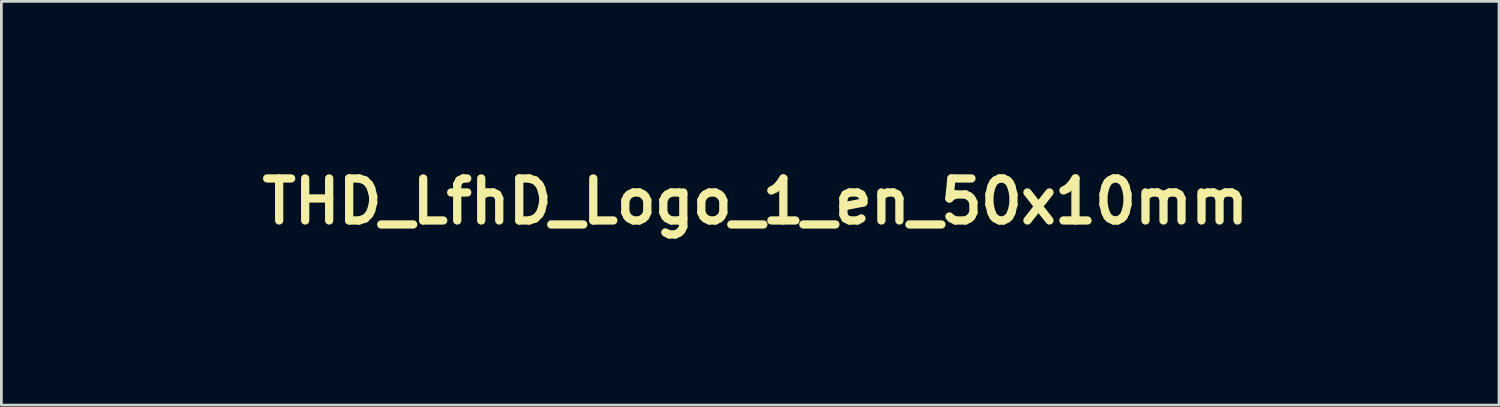
<source format=kicad_pcb>
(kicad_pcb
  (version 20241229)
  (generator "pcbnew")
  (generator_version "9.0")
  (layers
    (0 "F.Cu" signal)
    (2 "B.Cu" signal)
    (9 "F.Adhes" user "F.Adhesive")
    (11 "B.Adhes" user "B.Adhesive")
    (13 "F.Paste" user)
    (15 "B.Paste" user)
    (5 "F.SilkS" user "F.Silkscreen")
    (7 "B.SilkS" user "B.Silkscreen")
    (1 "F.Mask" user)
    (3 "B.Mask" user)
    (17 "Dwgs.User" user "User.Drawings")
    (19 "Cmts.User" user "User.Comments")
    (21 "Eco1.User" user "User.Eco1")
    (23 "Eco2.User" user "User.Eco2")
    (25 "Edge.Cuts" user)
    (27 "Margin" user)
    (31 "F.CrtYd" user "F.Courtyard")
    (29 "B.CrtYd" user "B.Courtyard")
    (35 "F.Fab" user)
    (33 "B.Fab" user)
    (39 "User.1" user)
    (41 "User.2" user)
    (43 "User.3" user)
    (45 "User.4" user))
  (footprint "THD_LfhD_Logo_1_en_50x10mm"
    (layer "F.Cu")
    (at 24.347 4.257)
    (property "Reference" "THD_LfhD_Logo_1_en_50x10mm" (at 0 0 0) (layer "F.SilkS") (effects (font (size 1.524 1.524) (thickness 0.3))))
    (attr through_hole)
    (fp_poly (pts (xy -0.988 3.951) (xy -1.411 3.951) (xy -1.411 2.117) (xy -0.988 2.117) (xy -0.988 3.951)) (stroke (width 0.01) (type solid)) (fill yes) (layer "F.Mask"))
    (fp_poly (pts (xy 7.267 4.304) (xy 4.798 4.304) (xy 4.798 -3.034) (xy 7.267 -3.034) (xy 7.267 4.304)) (stroke (width 0.01) (type solid)) (fill yes) (layer "F.Mask"))
    (fp_poly (pts (xy -6.65 2.13) (xy -6.456 2.152) (xy -6.436 3.052) (xy -6.416 3.951) (xy -6.844 3.951) (xy -6.844 2.107) (xy -6.65 2.13)) (stroke (width 0.01) (type solid)) (fill yes) (layer "F.Mask"))
    (fp_poly (pts (xy 19.174 0.053) (xy 19.192 4.304) (xy 16.791 4.304) (xy 16.809 0.053) (xy 16.828 -4.198) (xy 19.156 -4.198) (xy 19.174 0.053)) (stroke (width 0.01) (type solid)) (fill yes) (layer "F.Mask"))
    (fp_poly (pts (xy -7.973 3.528) (xy -7.056 3.528) (xy -7.056 3.951) (xy -8.4 3.951) (xy -8.381 3.052) (xy -8.361 2.152) (xy -8.167 2.13) (xy -7.973 2.107) (xy -7.973 3.528)) (stroke (width 0.01) (type solid)) (fill yes) (layer "F.Mask"))
    (fp_poly (pts (xy -4.727 0.423) (xy -3.81 0.423) (xy -3.81 0.847) (xy -5.155 0.847) (xy -5.135 -0.053) (xy -5.115 -0.953) (xy -4.921 -0.975) (xy -4.727 -0.997) (xy -4.727 0.423)) (stroke (width 0.01) (type solid)) (fill yes) (layer "F.Mask"))
    (fp_poly (pts (xy -14.605 3.951) (xy -14.777 3.951) (xy -14.92 3.932) (xy -14.977 3.898) (xy -14.988 3.811) (xy -14.995 3.612) (xy -14.999 3.331) (xy -14.999 2.999) (xy -14.993 2.152) (xy -14.799 2.13) (xy -14.605 2.107) (xy -14.605 3.951)) (stroke (width 0.01) (type solid)) (fill yes) (layer "F.Mask"))
    (fp_poly (pts (xy -11.924 3.951) (xy -12.102 3.951) (xy -12.249 3.92) (xy -12.313 3.863) (xy -12.324 3.76) (xy -12.33 3.549) (xy -12.332 3.26) (xy -12.328 2.963) (xy -12.312 2.152) (xy -12.118 2.13) (xy -11.924 2.107) (xy -11.924 3.951)) (stroke (width 0.01) (type solid)) (fill yes) (layer "F.Mask"))
    (fp_poly (pts (xy 16.14 0.053) (xy 16.122 4.339) (xy 15.822 4.361) (xy 15.522 4.383) (xy 15.522 0.427) (xy 13.159 0.388) (xy 13.137 0.053) (xy 13.116 -0.282) (xy 15.522 -0.282) (xy 15.522 -4.233) (xy 16.158 -4.233) (xy 16.14 0.053)) (stroke (width 0.01) (type solid)) (fill yes) (layer "F.Mask"))
    (fp_poly (pts (xy -10.125 2.328) (xy -10.144 2.447) (xy -10.229 2.504) (xy -10.389 2.527) (xy -10.654 2.549) (xy -10.654 3.951) (xy -11.077 3.951) (xy -11.077 2.549) (xy -11.342 2.527) (xy -11.517 2.499) (xy -11.592 2.436) (xy -11.606 2.328) (xy -11.606 2.152) (xy -10.125 2.152) (xy -10.125 2.328)) (stroke (width 0.01) (type solid)) (fill yes) (layer "F.Mask"))
    (fp_poly (pts (xy 12.542 0.58) (xy 12.524 4.198) (xy 11.34 4.217) (xy 10.88 4.222) (xy 10.544 4.219) (xy 10.317 4.207) (xy 10.183 4.186) (xy 10.126 4.153) (xy 10.122 4.147) (xy 10.116 4.06) (xy 10.111 3.847) (xy 10.107 3.52) (xy 10.104 3.093) (xy 10.102 2.58) (xy 10.102 1.996) (xy 10.103 1.353) (xy 10.106 0.666) (xy 10.106 0.529) (xy 10.125 -2.999) (xy 11.342 -3.018) (xy 12.56 -3.037) (xy 12.542 0.58)) (stroke (width 0.01) (type solid)) (fill yes) (layer "F.Mask"))
    (fp_poly (pts (xy 12.559 -3.528) (xy 8.468 -3.528) (xy 8.45 0.37) (xy 8.431 4.269) (xy 8.147 4.29) (xy 7.955 4.291) (xy 7.828 4.27) (xy 7.811 4.26) (xy 7.802 4.182) (xy 7.793 3.976) (xy 7.785 3.655) (xy 7.778 3.231) (xy 7.772 2.718) (xy 7.767 2.129) (xy 7.763 1.477) (xy 7.761 0.775) (xy 7.761 0.341) (xy 7.761 -3.528) (xy 3.669 -3.528) (xy 3.669 -4.233) (xy 12.559 -4.233) (xy 12.559 -3.528)) (stroke (width 0.01) (type solid)) (fill yes) (layer "F.Mask"))
    (fp_poly (pts (xy -0.494 -0.78) (xy -0.509 -0.643) (xy -0.58 -0.578) (xy -0.75 -0.552) (xy -0.758 -0.551) (xy -1.023 -0.529) (xy -1.033 0.141) (xy -1.038 0.452) (xy -1.05 0.649) (xy -1.075 0.759) (xy -1.121 0.81) (xy -1.196 0.83) (xy -1.227 0.834) (xy -1.411 0.856) (xy -1.411 -0.564) (xy -1.693 -0.564) (xy -1.874 -0.573) (xy -1.955 -0.618) (xy -1.975 -0.731) (xy -1.976 -0.776) (xy -1.976 -0.988) (xy -0.494 -0.988) (xy -0.494 -0.78)) (stroke (width 0.01) (type solid)) (fill yes) (layer "F.Mask"))
    (fp_poly (pts (xy -8.396 -3.744) (xy -8.411 -3.606) (xy -8.482 -3.542) (xy -8.652 -3.515) (xy -8.661 -3.514) (xy -8.925 -3.493) (xy -8.945 -2.805) (xy -8.956 -2.489) (xy -8.97 -2.289) (xy -8.996 -2.177) (xy -9.04 -2.129) (xy -9.109 -2.117) (xy -9.139 -2.117) (xy -9.218 -2.121) (xy -9.269 -2.152) (xy -9.297 -2.235) (xy -9.31 -2.396) (xy -9.313 -2.66) (xy -9.313 -2.822) (xy -9.313 -3.528) (xy -9.596 -3.528) (xy -9.777 -3.536) (xy -9.857 -3.581) (xy -9.877 -3.694) (xy -9.878 -3.739) (xy -9.878 -3.951) (xy -8.396 -3.951) (xy -8.396 -3.744)) (stroke (width 0.01) (type solid)) (fill yes) (layer "F.Mask"))
    (fp_poly (pts (xy -1.482 2.324) (xy -1.496 2.462) (xy -1.568 2.526) (xy -1.737 2.553) (xy -1.746 2.553) (xy -2.011 2.575) (xy -2.031 3.263) (xy -2.042 3.579) (xy -2.056 3.779) (xy -2.081 3.89) (xy -2.125 3.939) (xy -2.195 3.951) (xy -2.225 3.951) (xy -2.304 3.947) (xy -2.354 3.916) (xy -2.383 3.833) (xy -2.395 3.672) (xy -2.399 3.407) (xy -2.399 3.246) (xy -2.399 2.54) (xy -2.681 2.54) (xy -2.862 2.532) (xy -2.943 2.486) (xy -2.963 2.374) (xy -2.963 2.328) (xy -2.963 2.117) (xy -1.482 2.117) (xy -1.482 2.324)) (stroke (width 0.01) (type solid)) (fill yes) (layer "F.Mask"))
    (fp_poly (pts (xy -24.005 -0.98) (xy -23.942 -0.933) (xy -23.921 -0.809) (xy -23.918 -0.635) (xy -23.918 -0.282) (xy -23.213 -0.282) (xy -23.213 -0.635) (xy -23.207 -0.844) (xy -23.178 -0.949) (xy -23.107 -0.984) (xy -23.036 -0.988) (xy -22.86 -0.988) (xy -22.86 0.847) (xy -23.036 0.847) (xy -23.141 0.835) (xy -23.193 0.777) (xy -23.211 0.635) (xy -23.213 0.494) (xy -23.213 0.141) (xy -23.918 0.141) (xy -23.918 0.494) (xy -23.923 0.703) (xy -23.951 0.807) (xy -24.025 0.843) (xy -24.13 0.847) (xy -24.342 0.847) (xy -24.342 -0.988) (xy -24.13 -0.988) (xy -24.005 -0.98)) (stroke (width 0.01) (type solid)) (fill yes) (layer "F.Mask"))
    (fp_poly (pts (xy 0.988 -0.564) (xy 0.494 -0.564) (xy 0.234 -0.561) (xy 0.086 -0.543) (xy 0.018 -0.504) (xy 0.000138 -0.435) (xy 0 -0.423) (xy 0.014 -0.347) (xy 0.078 -0.304) (xy 0.222 -0.286) (xy 0.459 -0.282) (xy 0.917 -0.282) (xy 0.917 0.141) (xy 0.459 0.141) (xy 0.21 0.146) (xy 0.072 0.165) (xy 0.012 0.209) (xy 0 0.282) (xy 0.012 0.354) (xy 0.069 0.397) (xy 0.2 0.417) (xy 0.434 0.423) (xy 0.529 0.423) (xy 1.058 0.423) (xy 1.058 0.847) (xy -0.423 0.847) (xy -0.423 -0.988) (xy 0.988 -0.988) (xy 0.988 -0.564)) (stroke (width 0.01) (type solid)) (fill yes) (layer "F.Mask"))
    (fp_poly (pts (xy -18.292 -0.986) (xy -17.992 -0.973) (xy -17.761 -0.942) (xy -17.636 -0.897) (xy -17.415 -0.648) (xy -17.303 -0.326) (xy -17.286 -0.093) (xy -17.317 0.277) (xy -17.42 0.543) (xy -17.609 0.718) (xy -17.9 0.815) (xy -18.306 0.847) (xy -18.341 0.847) (xy -18.838 0.847) (xy -18.838 -0.564) (xy -18.415 -0.564) (xy -18.415 0.423) (xy -18.156 0.423) (xy -17.946 0.392) (xy -17.779 0.316) (xy -17.768 0.307) (xy -17.669 0.135) (xy -17.642 -0.096) (xy -17.687 -0.321) (xy -17.756 -0.435) (xy -17.937 -0.538) (xy -18.144 -0.564) (xy -18.415 -0.564) (xy -18.838 -0.564) (xy -18.838 -0.988) (xy -18.292 -0.986)) (stroke (width 0.01) (type solid)) (fill yes) (layer "F.Mask"))
    (fp_poly (pts (xy -0.93 -3.757) (xy -0.951 -3.651) (xy -1.005 -3.59) (xy -1.127 -3.56) (xy -1.351 -3.544) (xy -1.393 -3.542) (xy -1.637 -3.525) (xy -1.771 -3.495) (xy -1.826 -3.442) (xy -1.834 -3.383) (xy -1.817 -3.304) (xy -1.741 -3.262) (xy -1.574 -3.247) (xy -1.446 -3.246) (xy -1.225 -3.242) (xy -1.109 -3.219) (xy -1.065 -3.157) (xy -1.058 -3.037) (xy -1.058 -3.034) (xy -1.065 -2.913) (xy -1.108 -2.85) (xy -1.221 -2.826) (xy -1.44 -2.822) (xy -1.834 -2.822) (xy -1.834 -2.469) (xy -1.839 -2.261) (xy -1.868 -2.156) (xy -1.942 -2.121) (xy -2.046 -2.117) (xy -2.258 -2.117) (xy -2.258 -3.951) (xy -0.908 -3.951) (xy -0.93 -3.757)) (stroke (width 0.01) (type solid)) (fill yes) (layer "F.Mask"))
    (fp_poly (pts (xy -9.666 -0.571) (xy -10.178 -0.55) (xy -10.454 -0.532) (xy -10.614 -0.502) (xy -10.682 -0.455) (xy -10.689 -0.423) (xy -10.655 -0.363) (xy -10.537 -0.324) (xy -10.31 -0.302) (xy -10.213 -0.297) (xy -9.961 -0.283) (xy -9.818 -0.261) (xy -9.754 -0.215) (xy -9.737 -0.13) (xy -9.737 -0.071) (xy -9.742 0.038) (xy -9.78 0.101) (xy -9.881 0.133) (xy -10.076 0.149) (xy -10.213 0.156) (xy -10.479 0.175) (xy -10.628 0.208) (xy -10.686 0.26) (xy -10.689 0.282) (xy -10.657 0.341) (xy -10.545 0.378) (xy -10.328 0.401) (xy -10.178 0.409) (xy -9.666 0.43) (xy -9.666 0.847) (xy -11.077 0.847) (xy -11.077 -0.988) (xy -9.666 -0.988) (xy -9.666 -0.571)) (stroke (width 0.01) (type solid)) (fill yes) (layer "F.Mask"))
    (fp_poly (pts (xy -5.433 -0.571) (xy -5.944 -0.55) (xy -6.221 -0.532) (xy -6.381 -0.502) (xy -6.449 -0.455) (xy -6.456 -0.423) (xy -6.417 -0.36) (xy -6.287 -0.316) (xy -6.041 -0.286) (xy -5.997 -0.282) (xy -5.75 -0.259) (xy -5.61 -0.228) (xy -5.544 -0.174) (xy -5.519 -0.079) (xy -5.517 -0.056) (xy -5.511 0.045) (xy -5.543 0.103) (xy -5.641 0.134) (xy -5.837 0.149) (xy -5.975 0.155) (xy -6.243 0.175) (xy -6.393 0.207) (xy -6.452 0.259) (xy -6.456 0.282) (xy -6.424 0.341) (xy -6.312 0.378) (xy -6.094 0.401) (xy -5.944 0.409) (xy -5.433 0.43) (xy -5.433 0.847) (xy -6.844 0.847) (xy -6.844 -0.988) (xy -5.433 -0.988) (xy -5.433 -0.571)) (stroke (width 0.01) (type solid)) (fill yes) (layer "F.Mask"))
    (fp_poly (pts (xy 2.116 -0.983) (xy 2.306 -0.961) (xy 2.437 -0.913) (xy 2.548 -0.831) (xy 2.56 -0.819) (xy 2.75 -0.554) (xy 2.843 -0.227) (xy 2.839 0.118) (xy 2.737 0.44) (xy 2.56 0.678) (xy 2.449 0.765) (xy 2.323 0.816) (xy 2.14 0.84) (xy 1.862 0.847) (xy 1.824 0.847) (xy 1.27 0.847) (xy 1.27 -0.564) (xy 1.693 -0.564) (xy 1.693 0.423) (xy 1.971 0.423) (xy 2.189 0.395) (xy 2.348 0.322) (xy 2.359 0.312) (xy 2.434 0.167) (xy 2.469 -0.044) (xy 2.469 -0.071) (xy 2.427 -0.335) (xy 2.291 -0.495) (xy 2.054 -0.561) (xy 1.971 -0.564) (xy 1.693 -0.564) (xy 1.27 -0.564) (xy 1.27 -0.988) (xy 1.824 -0.988) (xy 2.116 -0.983)) (stroke (width 0.01) (type solid)) (fill yes) (layer "F.Mask"))
    (fp_poly (pts (xy -15.81 2.144) (xy -15.674 2.191) (xy -15.572 2.259) (xy -15.387 2.487) (xy -15.285 2.789) (xy -15.267 3.122) (xy -15.335 3.445) (xy -15.49 3.716) (xy -15.525 3.753) (xy -15.636 3.853) (xy -15.749 3.912) (xy -15.904 3.941) (xy -16.141 3.951) (xy -16.282 3.951) (xy -16.841 3.951) (xy -16.834 3.052) (xy -16.83 2.54) (xy -16.439 2.54) (xy -16.439 3.528) (xy -16.136 3.528) (xy -15.928 3.509) (xy -15.776 3.463) (xy -15.748 3.443) (xy -15.697 3.325) (xy -15.667 3.127) (xy -15.663 3.034) (xy -15.686 2.772) (xy -15.772 2.62) (xy -15.946 2.552) (xy -16.136 2.54) (xy -16.439 2.54) (xy -16.83 2.54) (xy -16.828 2.152) (xy -16.294 2.132) (xy -16.003 2.127) (xy -15.81 2.144)) (stroke (width 0.01) (type solid)) (fill yes) (layer "F.Mask"))
    (fp_poly (pts (xy 0.483 2.169) (xy 0.699 2.298) (xy 0.912 2.565) (xy 1.016 2.896) (xy 1.002 3.256) (xy 0.989 3.311) (xy 0.84 3.627) (xy 0.597 3.84) (xy 0.272 3.943) (xy 0.137 3.951) (xy -0.115 3.931) (xy -0.299 3.856) (xy -0.429 3.755) (xy -0.625 3.492) (xy -0.719 3.172) (xy -0.713 2.965) (xy -0.354 2.965) (xy -0.326 3.211) (xy -0.243 3.371) (xy -0.079 3.494) (xy 0.141 3.53) (xy 0.366 3.476) (xy 0.494 3.387) (xy 0.624 3.174) (xy 0.637 2.947) (xy 0.549 2.741) (xy 0.375 2.594) (xy 0.141 2.54) (xy -0.106 2.598) (xy -0.276 2.751) (xy -0.354 2.965) (xy -0.713 2.965) (xy -0.71 2.836) (xy -0.597 2.523) (xy -0.428 2.312) (xy -0.152 2.153) (xy 0.167 2.105) (xy 0.483 2.169)) (stroke (width 0.01) (type solid)) (fill yes) (layer "F.Mask"))
    (fp_poly (pts (xy 2.752 3.951) (xy 2.558 3.95) (xy 2.454 3.934) (xy 2.359 3.871) (xy 2.251 3.737) (xy 2.108 3.509) (xy 2.046 3.403) (xy 1.729 2.857) (xy 1.708 3.404) (xy 1.695 3.679) (xy 1.676 3.842) (xy 1.639 3.922) (xy 1.576 3.949) (xy 1.514 3.951) (xy 1.381 3.933) (xy 1.336 3.898) (xy 1.335 3.811) (xy 1.334 3.612) (xy 1.333 3.331) (xy 1.333 2.999) (xy 1.333 2.152) (xy 1.523 2.152) (xy 1.635 2.172) (xy 1.74 2.248) (xy 1.862 2.406) (xy 1.991 2.611) (xy 2.167 2.897) (xy 2.283 3.064) (xy 2.352 3.112) (xy 2.386 3.043) (xy 2.398 2.859) (xy 2.399 2.66) (xy 2.401 2.386) (xy 2.413 2.225) (xy 2.446 2.145) (xy 2.508 2.119) (xy 2.575 2.117) (xy 2.752 2.117) (xy 2.752 3.951)) (stroke (width 0.01) (type solid)) (fill yes) (layer "F.Mask"))
    (fp_poly (pts (xy -14.144 -3.894) (xy -13.871 -3.727) (xy -13.693 -3.461) (xy -13.619 -3.104) (xy -13.617 -3.034) (xy -13.673 -2.662) (xy -13.833 -2.38) (xy -14.091 -2.195) (xy -14.436 -2.118) (xy -14.504 -2.117) (xy -14.735 -2.135) (xy -14.905 -2.211) (xy -15.065 -2.351) (xy -15.287 -2.658) (xy -15.374 -2.986) (xy -15.371 -3.009) (xy -14.955 -3.009) (xy -14.91 -2.783) (xy -14.841 -2.669) (xy -14.658 -2.562) (xy -14.428 -2.552) (xy -14.204 -2.638) (xy -14.133 -2.693) (xy -13.998 -2.9) (xy -13.979 -3.122) (xy -14.063 -3.324) (xy -14.234 -3.472) (xy -14.476 -3.528) (xy -14.678 -3.492) (xy -14.829 -3.411) (xy -14.927 -3.239) (xy -14.955 -3.009) (xy -15.371 -3.009) (xy -15.326 -3.317) (xy -15.143 -3.632) (xy -15.067 -3.715) (xy -14.888 -3.869) (xy -14.716 -3.937) (xy -14.504 -3.951) (xy -14.144 -3.894)) (stroke (width 0.01) (type solid)) (fill yes) (layer "F.Mask"))
    (fp_poly (pts (xy 0.604 -3.839) (xy 0.699 -3.77) (xy 0.912 -3.503) (xy 1.016 -3.172) (xy 1.002 -2.812) (xy 0.989 -2.757) (xy 0.84 -2.441) (xy 0.597 -2.227) (xy 0.272 -2.125) (xy 0.137 -2.117) (xy -0.115 -2.136) (xy -0.299 -2.212) (xy -0.426 -2.311) (xy -0.625 -2.576) (xy -0.732 -2.905) (xy -0.732 -3.081) (xy -0.353 -3.081) (xy -0.304 -2.799) (xy -0.158 -2.618) (xy 0.081 -2.542) (xy 0.141 -2.54) (xy 0.364 -2.569) (xy 0.505 -2.67) (xy 0.525 -2.697) (xy 0.622 -2.924) (xy 0.626 -3.161) (xy 0.542 -3.358) (xy 0.478 -3.418) (xy 0.241 -3.518) (xy 0.005 -3.513) (xy -0.195 -3.415) (xy -0.324 -3.239) (xy -0.353 -3.081) (xy -0.732 -3.081) (xy -0.732 -3.245) (xy -0.703 -3.358) (xy -0.543 -3.642) (xy -0.299 -3.842) (xy -0.004 -3.948) (xy 0.308 -3.95) (xy 0.604 -3.839)) (stroke (width 0.01) (type solid)) (fill yes) (layer "F.Mask"))
    (fp_poly (pts (xy -4.416 -3.936) (xy -4.314 -3.867) (xy -4.216 -3.711) (xy -4.178 -3.634) (xy -4.077 -3.451) (xy -3.99 -3.336) (xy -3.957 -3.316) (xy -3.888 -3.373) (xy -3.784 -3.517) (xy -3.726 -3.616) (xy -3.587 -3.823) (xy -3.445 -3.921) (xy -3.368 -3.938) (xy -3.229 -3.932) (xy -3.175 -3.888) (xy -3.211 -3.797) (xy -3.304 -3.623) (xy -3.437 -3.402) (xy -3.457 -3.372) (xy -3.609 -3.116) (xy -3.695 -2.916) (xy -3.732 -2.718) (xy -3.739 -2.522) (xy -3.742 -2.294) (xy -3.764 -2.173) (xy -3.821 -2.125) (xy -3.932 -2.117) (xy -3.951 -2.117) (xy -4.07 -2.123) (xy -4.133 -2.163) (xy -4.158 -2.273) (xy -4.163 -2.485) (xy -4.163 -2.522) (xy -4.172 -2.743) (xy -4.209 -2.922) (xy -4.292 -3.107) (xy -4.439 -3.348) (xy -4.48 -3.411) (xy -4.627 -3.637) (xy -4.738 -3.814) (xy -4.794 -3.912) (xy -4.798 -3.922) (xy -4.736 -3.942) (xy -4.585 -3.951) (xy -4.565 -3.951) (xy -4.416 -3.936)) (stroke (width 0.01) (type solid)) (fill yes) (layer "F.Mask"))
    (fp_poly (pts (xy -7.3 -3.934) (xy -7.125 -3.865) (xy -6.935 -3.713) (xy -6.931 -3.709) (xy -6.785 -3.566) (xy -6.706 -3.442) (xy -6.675 -3.285) (xy -6.67 -3.041) (xy -6.67 -3.031) (xy -6.678 -2.783) (xy -6.711 -2.623) (xy -6.79 -2.497) (xy -6.934 -2.356) (xy -7.123 -2.204) (xy -7.299 -2.134) (xy -7.535 -2.117) (xy -7.541 -2.117) (xy -7.787 -2.135) (xy -7.963 -2.206) (xy -8.102 -2.318) (xy -8.287 -2.542) (xy -8.378 -2.801) (xy -8.383 -3.034) (xy -8.043 -3.034) (xy -7.984 -2.796) (xy -7.829 -2.629) (xy -7.614 -2.548) (xy -7.372 -2.57) (xy -7.212 -2.65) (xy -7.091 -2.795) (xy -7.056 -3.015) (xy -7.107 -3.286) (xy -7.255 -3.46) (xy -7.495 -3.527) (xy -7.525 -3.528) (xy -7.781 -3.468) (xy -7.962 -3.308) (xy -8.042 -3.073) (xy -8.043 -3.034) (xy -8.383 -3.034) (xy -8.386 -3.134) (xy -8.376 -3.231) (xy -8.28 -3.558) (xy -8.08 -3.792) (xy -7.788 -3.924) (xy -7.533 -3.951) (xy -7.3 -3.934)) (stroke (width 0.01) (type solid)) (fill yes) (layer "F.Mask"))
    (fp_poly (pts (xy -19.752 -0.979) (xy -19.512 -0.944) (xy -19.354 -0.874) (xy -19.25 -0.756) (xy -19.194 -0.643) (xy -19.157 -0.418) (xy -19.211 -0.208) (xy -19.338 -0.058) (xy -19.452 -0.013) (xy -19.529 0.006) (xy -19.545 0.051) (xy -19.493 0.15) (xy -19.364 0.327) (xy -19.328 0.375) (xy -19.186 0.57) (xy -19.085 0.722) (xy -19.05 0.794) (xy -19.111 0.831) (xy -19.259 0.847) (xy -19.26 0.847) (xy -19.455 0.8) (xy -19.591 0.653) (xy -19.796 0.365) (xy -19.983 0.191) (xy -20.121 0.141) (xy -20.199 0.164) (xy -20.237 0.255) (xy -20.249 0.447) (xy -20.249 0.494) (xy -20.254 0.703) (xy -20.283 0.807) (xy -20.357 0.843) (xy -20.461 0.847) (xy -20.673 0.847) (xy -20.673 -0.391) (xy -20.303 -0.391) (xy -20.286 -0.355) (xy -20.189 -0.303) (xy -20.019 -0.288) (xy -19.827 -0.303) (xy -19.665 -0.345) (xy -19.582 -0.409) (xy -19.579 -0.423) (xy -19.632 -0.5) (xy -19.801 -0.543) (xy -19.889 -0.551) (xy -20.135 -0.545) (xy -20.278 -0.489) (xy -20.303 -0.391) (xy -20.673 -0.391) (xy -20.673 -0.988) (xy -20.104 -0.988) (xy -19.752 -0.979)) (stroke (width 0.01) (type solid)) (fill yes) (layer "F.Mask"))
    (fp_poly (pts (xy -13.182 2.132) (xy -13.019 2.195) (xy -12.857 2.334) (xy -12.848 2.343) (xy -12.715 2.485) (xy -12.671 2.571) (xy -12.706 2.645) (xy -12.768 2.71) (xy -12.87 2.801) (xy -12.946 2.802) (xy -13.058 2.709) (xy -13.073 2.695) (xy -13.294 2.566) (xy -13.529 2.546) (xy -13.744 2.622) (xy -13.902 2.782) (xy -13.97 3.012) (xy -13.97 3.031) (xy -13.908 3.271) (xy -13.736 3.44) (xy -13.469 3.522) (xy -13.361 3.528) (xy -13.156 3.511) (xy -13.04 3.472) (xy -13.026 3.425) (xy -13.13 3.385) (xy -13.21 3.374) (xy -13.372 3.34) (xy -13.434 3.258) (xy -13.441 3.175) (xy -13.43 3.075) (xy -13.376 3.02) (xy -13.245 2.992) (xy -13.031 2.977) (xy -12.621 2.956) (xy -12.643 3.292) (xy -12.671 3.514) (xy -12.74 3.654) (xy -12.881 3.774) (xy -12.904 3.79) (xy -13.196 3.918) (xy -13.514 3.951) (xy -13.81 3.89) (xy -13.979 3.79) (xy -14.198 3.549) (xy -14.304 3.271) (xy -14.323 3.035) (xy -14.268 2.661) (xy -14.108 2.38) (xy -13.849 2.197) (xy -13.499 2.119) (xy -13.416 2.117) (xy -13.182 2.132)) (stroke (width 0.01) (type solid)) (fill yes) (layer "F.Mask"))
    (fp_poly (pts (xy -14.026 -0.974) (xy -14.017 -0.973) (xy -13.931 -0.957) (xy -13.859 -0.912) (xy -13.787 -0.818) (xy -13.704 -0.653) (xy -13.594 -0.396) (xy -13.468 -0.08) (xy -13.341 0.244) (xy -13.235 0.517) (xy -13.159 0.716) (xy -13.125 0.814) (xy -13.123 0.819) (xy -13.185 0.839) (xy -13.328 0.847) (xy -13.488 0.817) (xy -13.581 0.7) (xy -13.607 0.635) (xy -13.663 0.508) (xy -13.745 0.446) (xy -13.899 0.425) (xy -14.031 0.423) (xy -14.242 0.43) (xy -14.353 0.463) (xy -14.406 0.546) (xy -14.429 0.635) (xy -14.486 0.787) (xy -14.598 0.842) (xy -14.689 0.847) (xy -14.843 0.823) (xy -14.87 0.758) (xy -14.677 0.232) (xy -14.571 -0.054) (xy -14.155 -0.054) (xy -14.099 -0.004) (xy -14.042 0) (xy -13.922 -0.049) (xy -13.901 -0.123) (xy -13.926 -0.255) (xy -13.983 -0.374) (xy -14.043 -0.429) (xy -14.062 -0.421) (xy -14.098 -0.335) (xy -14.138 -0.194) (xy -14.155 -0.054) (xy -14.571 -0.054) (xy -14.526 -0.177) (xy -14.409 -0.483) (xy -14.319 -0.7) (xy -14.25 -0.844) (xy -14.193 -0.929) (xy -14.141 -0.969) (xy -14.088 -0.979) (xy -14.026 -0.974)) (stroke (width 0.01) (type solid)) (fill yes) (layer "F.Mask"))
    (fp_poly (pts (xy -9.511 2.13) (xy -9.501 2.131) (xy -9.415 2.148) (xy -9.343 2.193) (xy -9.272 2.287) (xy -9.188 2.452) (xy -9.079 2.709) (xy -8.953 3.024) (xy -8.825 3.348) (xy -8.719 3.622) (xy -8.644 3.82) (xy -8.609 3.918) (xy -8.608 3.924) (xy -8.669 3.943) (xy -8.813 3.951) (xy -8.973 3.921) (xy -9.066 3.804) (xy -9.091 3.739) (xy -9.147 3.613) (xy -9.23 3.55) (xy -9.383 3.529) (xy -9.516 3.528) (xy -9.726 3.534) (xy -9.837 3.567) (xy -9.89 3.65) (xy -9.913 3.739) (xy -9.97 3.892) (xy -10.083 3.947) (xy -10.173 3.951) (xy -10.328 3.927) (xy -10.354 3.863) (xy -10.162 3.336) (xy -10.056 3.05) (xy -9.64 3.05) (xy -9.583 3.1) (xy -9.526 3.104) (xy -9.407 3.055) (xy -9.385 2.981) (xy -9.411 2.849) (xy -9.468 2.73) (xy -9.528 2.675) (xy -9.547 2.683) (xy -9.583 2.769) (xy -9.622 2.91) (xy -9.64 3.05) (xy -10.056 3.05) (xy -10.01 2.927) (xy -9.893 2.622) (xy -9.804 2.404) (xy -9.734 2.26) (xy -9.677 2.176) (xy -9.626 2.136) (xy -9.573 2.125) (xy -9.511 2.13)) (stroke (width 0.01) (type solid)) (fill yes) (layer "F.Mask"))
    (fp_poly (pts (xy -2.904 -0.978) (xy -2.866 -0.973) (xy -2.78 -0.957) (xy -2.709 -0.912) (xy -2.639 -0.819) (xy -2.556 -0.656) (xy -2.449 -0.401) (xy -2.319 -0.071) (xy -2.193 0.255) (xy -2.088 0.528) (xy -2.013 0.726) (xy -1.977 0.823) (xy -1.976 0.829) (xy -2.037 0.842) (xy -2.18 0.847) (xy -2.34 0.817) (xy -2.434 0.7) (xy -2.459 0.635) (xy -2.516 0.507) (xy -2.601 0.445) (xy -2.759 0.425) (xy -2.874 0.423) (xy -3.083 0.431) (xy -3.199 0.471) (xy -3.267 0.566) (xy -3.295 0.635) (xy -3.386 0.792) (xy -3.526 0.845) (xy -3.564 0.847) (xy -3.703 0.82) (xy -3.722 0.758) (xy -3.526 0.231) (xy -3.419 -0.054) (xy -3.007 -0.054) (xy -2.951 -0.004) (xy -2.894 0) (xy -2.775 -0.049) (xy -2.753 -0.123) (xy -2.779 -0.255) (xy -2.835 -0.374) (xy -2.895 -0.429) (xy -2.914 -0.421) (xy -2.951 -0.335) (xy -2.99 -0.194) (xy -3.007 -0.054) (xy -3.419 -0.054) (xy -3.373 -0.178) (xy -3.256 -0.485) (xy -3.167 -0.704) (xy -3.1 -0.848) (xy -3.048 -0.934) (xy -3.002 -0.974) (xy -2.957 -0.984) (xy -2.904 -0.978)) (stroke (width 0.01) (type solid)) (fill yes) (layer "F.Mask"))
    (fp_poly (pts (xy -21.779 -0.974) (xy -21.693 -0.957) (xy -21.621 -0.913) (xy -21.549 -0.819) (xy -21.466 -0.656) (xy -21.358 -0.401) (xy -21.229 -0.08) (xy -21.102 0.244) (xy -20.996 0.517) (xy -20.921 0.716) (xy -20.886 0.814) (xy -20.884 0.819) (xy -20.946 0.839) (xy -21.089 0.847) (xy -21.249 0.817) (xy -21.343 0.7) (xy -21.368 0.635) (xy -21.425 0.507) (xy -21.51 0.445) (xy -21.667 0.425) (xy -21.783 0.423) (xy -21.992 0.431) (xy -22.108 0.471) (xy -22.175 0.566) (xy -22.203 0.635) (xy -22.295 0.792) (xy -22.434 0.845) (xy -22.474 0.847) (xy -22.609 0.827) (xy -22.635 0.752) (xy -22.628 0.723) (xy -22.589 0.611) (xy -22.511 0.398) (xy -22.405 0.115) (xy -22.342 -0.054) (xy -21.916 -0.054) (xy -21.86 -0.004) (xy -21.803 0) (xy -21.684 -0.049) (xy -21.662 -0.123) (xy -21.687 -0.255) (xy -21.744 -0.374) (xy -21.804 -0.429) (xy -21.823 -0.421) (xy -21.859 -0.335) (xy -21.899 -0.194) (xy -21.916 -0.054) (xy -22.342 -0.054) (xy -22.287 -0.197) (xy -22.159 -0.532) (xy -22.066 -0.757) (xy -21.994 -0.891) (xy -21.929 -0.958) (xy -21.859 -0.978) (xy -21.779 -0.974)) (stroke (width 0.01) (type solid)) (fill yes) (layer "F.Mask"))
    (fp_poly (pts (xy -16.174 -3.935) (xy -15.908 -3.881) (xy -15.746 -3.782) (xy -15.673 -3.629) (xy -15.663 -3.523) (xy -15.691 -3.322) (xy -15.746 -3.181) (xy -15.79 -3.055) (xy -15.719 -2.938) (xy -15.711 -2.93) (xy -15.609 -2.739) (xy -15.609 -2.51) (xy -15.709 -2.301) (xy -15.747 -2.261) (xy -15.845 -2.189) (xy -15.972 -2.146) (xy -16.164 -2.124) (xy -16.456 -2.117) (xy -16.523 -2.117) (xy -17.145 -2.117) (xy -17.145 -2.656) (xy -16.778 -2.656) (xy -16.759 -2.613) (xy -16.662 -2.563) (xy -16.489 -2.545) (xy -16.287 -2.556) (xy -16.107 -2.592) (xy -15.996 -2.649) (xy -15.981 -2.681) (xy -16.027 -2.753) (xy -16.181 -2.795) (xy -16.326 -2.809) (xy -16.591 -2.804) (xy -16.745 -2.751) (xy -16.778 -2.656) (xy -17.145 -2.656) (xy -17.145 -3.354) (xy -16.776 -3.354) (xy -16.759 -3.319) (xy -16.661 -3.267) (xy -16.491 -3.251) (xy -16.3 -3.267) (xy -16.137 -3.309) (xy -16.054 -3.372) (xy -16.051 -3.387) (xy -16.104 -3.463) (xy -16.274 -3.506) (xy -16.361 -3.515) (xy -16.607 -3.508) (xy -16.75 -3.452) (xy -16.776 -3.354) (xy -17.145 -3.354) (xy -17.145 -3.951) (xy -16.561 -3.951) (xy -16.174 -3.935)) (stroke (width 0.01) (type solid)) (fill yes) (layer "F.Mask"))
    (fp_poly (pts (xy -12.058 -0.979) (xy -11.816 -0.958) (xy -11.662 -0.926) (xy -11.644 -0.919) (xy -11.5 -0.778) (xy -11.424 -0.576) (xy -11.415 -0.356) (xy -11.473 -0.161) (xy -11.6 -0.036) (xy -11.643 -0.02) (xy -11.756 0.021) (xy -11.783 0.043) (xy -11.745 0.11) (xy -11.647 0.257) (xy -11.536 0.414) (xy -11.404 0.604) (xy -11.315 0.746) (xy -11.289 0.802) (xy -11.35 0.834) (xy -11.494 0.847) (xy -11.631 0.823) (xy -11.759 0.732) (xy -11.911 0.55) (xy -11.952 0.494) (xy -12.136 0.272) (xy -12.29 0.155) (xy -12.347 0.141) (xy -12.432 0.16) (xy -12.474 0.238) (xy -12.488 0.412) (xy -12.488 0.494) (xy -12.493 0.703) (xy -12.521 0.807) (xy -12.595 0.843) (xy -12.7 0.847) (xy -12.912 0.847) (xy -12.912 -0.391) (xy -12.542 -0.391) (xy -12.525 -0.355) (xy -12.428 -0.303) (xy -12.258 -0.288) (xy -12.066 -0.303) (xy -11.904 -0.345) (xy -11.821 -0.409) (xy -11.818 -0.423) (xy -11.871 -0.5) (xy -12.04 -0.543) (xy -12.128 -0.551) (xy -12.373 -0.545) (xy -12.517 -0.489) (xy -12.542 -0.391) (xy -12.912 -0.391) (xy -12.912 -0.988) (xy -12.343 -0.988) (xy -12.058 -0.979)) (stroke (width 0.01) (type solid)) (fill yes) (layer "F.Mask"))
    (fp_poly (pts (xy -7.824 -0.979) (xy -7.583 -0.958) (xy -7.429 -0.926) (xy -7.411 -0.919) (xy -7.267 -0.778) (xy -7.191 -0.576) (xy -7.181 -0.356) (xy -7.24 -0.161) (xy -7.366 -0.036) (xy -7.409 -0.02) (xy -7.523 0.021) (xy -7.549 0.043) (xy -7.512 0.11) (xy -7.413 0.257) (xy -7.303 0.414) (xy -7.171 0.604) (xy -7.082 0.746) (xy -7.056 0.802) (xy -7.117 0.834) (xy -7.261 0.847) (xy -7.398 0.823) (xy -7.526 0.732) (xy -7.678 0.55) (xy -7.719 0.494) (xy -7.903 0.272) (xy -8.057 0.155) (xy -8.114 0.141) (xy -8.198 0.16) (xy -8.241 0.238) (xy -8.254 0.412) (xy -8.255 0.494) (xy -8.26 0.703) (xy -8.288 0.807) (xy -8.362 0.843) (xy -8.467 0.847) (xy -8.678 0.847) (xy -8.678 -0.391) (xy -8.309 -0.391) (xy -8.292 -0.355) (xy -8.194 -0.303) (xy -8.025 -0.288) (xy -7.833 -0.303) (xy -7.67 -0.345) (xy -7.587 -0.409) (xy -7.585 -0.423) (xy -7.637 -0.5) (xy -7.807 -0.543) (xy -7.894 -0.551) (xy -8.14 -0.545) (xy -8.283 -0.489) (xy -8.309 -0.391) (xy -8.678 -0.391) (xy -8.678 -0.988) (xy -8.109 -0.988) (xy -7.824 -0.979)) (stroke (width 0.01) (type solid)) (fill yes) (layer "F.Mask"))
    (fp_poly (pts (xy 2.241 -3.942) (xy 2.477 -3.906) (xy 2.628 -3.831) (xy 2.724 -3.704) (xy 2.78 -3.555) (xy 2.789 -3.355) (xy 2.721 -3.155) (xy 2.602 -3.013) (xy 2.539 -2.984) (xy 2.426 -2.941) (xy 2.399 -2.916) (xy 2.438 -2.847) (xy 2.54 -2.703) (xy 2.646 -2.561) (xy 2.805 -2.342) (xy 2.875 -2.208) (xy 2.857 -2.141) (xy 2.754 -2.118) (xy 2.699 -2.117) (xy 2.557 -2.147) (xy 2.417 -2.256) (xy 2.257 -2.452) (xy 2.087 -2.649) (xy 1.928 -2.778) (xy 1.851 -2.809) (xy 1.758 -2.81) (xy 1.711 -2.757) (xy 1.695 -2.615) (xy 1.693 -2.474) (xy 1.689 -2.264) (xy 1.661 -2.158) (xy 1.589 -2.121) (xy 1.482 -2.117) (xy 1.27 -2.117) (xy 1.27 -3.387) (xy 1.693 -3.387) (xy 1.712 -3.302) (xy 1.791 -3.26) (xy 1.965 -3.246) (xy 2.046 -3.246) (xy 2.258 -3.253) (xy 2.363 -3.285) (xy 2.397 -3.354) (xy 2.399 -3.387) (xy 2.38 -3.471) (xy 2.301 -3.514) (xy 2.128 -3.527) (xy 2.046 -3.528) (xy 1.835 -3.52) (xy 1.729 -3.489) (xy 1.695 -3.419) (xy 1.693 -3.387) (xy 1.27 -3.387) (xy 1.27 -3.951) (xy 1.894 -3.951) (xy 2.241 -3.942)) (stroke (width 0.01) (type solid)) (fill yes) (layer "F.Mask"))
    (fp_poly (pts (xy 20.055 -4.21) (xy 20.491 -4.136) (xy 20.856 -4.042) (xy 21.215 -3.907) (xy 21.579 -3.737) (xy 22.161 -3.383) (xy 22.694 -2.932) (xy 23.157 -2.408) (xy 23.529 -1.835) (xy 23.79 -1.239) (xy 23.865 -0.974) (xy 23.929 -0.595) (xy 23.965 -0.159) (xy 23.97 0.278) (xy 23.944 0.664) (xy 23.914 0.847) (xy 23.727 1.441) (xy 23.449 2.032) (xy 23.1 2.583) (xy 22.702 3.059) (xy 22.332 3.386) (xy 22.078 3.557) (xy 21.787 3.73) (xy 21.492 3.887) (xy 21.227 4.009) (xy 21.027 4.081) (xy 20.957 4.092) (xy 20.815 4.127) (xy 20.775 4.154) (xy 20.675 4.192) (xy 20.477 4.231) (xy 20.232 4.262) (xy 19.756 4.308) (xy 19.756 3.679) (xy 20.161 3.594) (xy 20.733 3.452) (xy 21.202 3.279) (xy 21.608 3.055) (xy 21.989 2.759) (xy 22.26 2.501) (xy 22.667 2.027) (xy 22.958 1.536) (xy 23.147 0.995) (xy 23.248 0.375) (xy 23.264 0.142) (xy 23.23 -0.529) (xy 23.065 -1.173) (xy 22.779 -1.773) (xy 22.383 -2.314) (xy 21.887 -2.776) (xy 21.343 -3.121) (xy 21.082 -3.237) (xy 20.766 -3.35) (xy 20.443 -3.445) (xy 20.16 -3.509) (xy 19.991 -3.528) (xy 19.756 -3.528) (xy 19.756 -4.252) (xy 20.055 -4.21)) (stroke (width 0.01) (type solid)) (fill yes) (layer "F.Mask"))
    (fp_poly (pts (xy -20.108 -2.54) (xy -19.65 -2.54) (xy -19.403 -2.537) (xy -19.266 -2.52) (xy -19.206 -2.476) (xy -19.191 -2.391) (xy -19.191 -2.349) (xy -19.181 -2.236) (xy -19.148 -2.22) (xy -19.088 -2.309) (xy -18.995 -2.512) (xy -18.867 -2.836) (xy -18.799 -3.017) (xy -18.389 -3.017) (xy -18.332 -2.967) (xy -18.275 -2.963) (xy -18.156 -3.012) (xy -18.134 -3.087) (xy -18.16 -3.219) (xy -18.217 -3.338) (xy -18.277 -3.392) (xy -18.295 -3.385) (xy -18.332 -3.298) (xy -18.371 -3.157) (xy -18.389 -3.017) (xy -18.799 -3.017) (xy -18.758 -3.125) (xy -18.63 -3.469) (xy -18.536 -3.702) (xy -18.464 -3.844) (xy -18.401 -3.916) (xy -18.333 -3.94) (xy -18.248 -3.937) (xy -18.163 -3.92) (xy -18.091 -3.874) (xy -18.019 -3.778) (xy -17.935 -3.612) (xy -17.825 -3.353) (xy -17.702 -3.044) (xy -17.574 -2.72) (xy -17.468 -2.446) (xy -17.393 -2.248) (xy -17.358 -2.15) (xy -17.357 -2.144) (xy -17.418 -2.125) (xy -17.561 -2.117) (xy -17.722 -2.147) (xy -17.815 -2.264) (xy -17.84 -2.328) (xy -17.896 -2.455) (xy -17.979 -2.518) (xy -18.132 -2.538) (xy -18.265 -2.54) (xy -18.475 -2.534) (xy -18.586 -2.5) (xy -18.639 -2.418) (xy -18.662 -2.328) (xy -18.708 -2.117) (xy -20.536 -2.117) (xy -20.516 -3.016) (xy -20.496 -3.916) (xy -20.302 -3.938) (xy -20.108 -3.96) (xy -20.108 -2.54)) (stroke (width 0.01) (type solid)) (fill yes) (layer "F.Mask"))
    (fp_poly (pts (xy -5.456 -3.948) (xy -5.269 -3.932) (xy -5.151 -3.895) (xy -5.067 -3.828) (xy -5.015 -3.765) (xy -4.905 -3.551) (xy -4.881 -3.327) (xy -4.935 -3.13) (xy -5.058 -2.998) (xy -5.191 -2.963) (xy -5.268 -2.951) (xy -5.276 -2.899) (xy -5.207 -2.785) (xy -5.053 -2.589) (xy -5.045 -2.58) (xy -4.877 -2.358) (xy -4.812 -2.217) (xy -4.847 -2.142) (xy -4.982 -2.117) (xy -5.007 -2.117) (xy -5.202 -2.165) (xy -5.298 -2.275) (xy -5.434 -2.483) (xy -5.604 -2.666) (xy -5.77 -2.79) (xy -5.869 -2.822) (xy -5.947 -2.799) (xy -5.985 -2.707) (xy -5.997 -2.513) (xy -5.997 -2.469) (xy -6.003 -2.26) (xy -6.033 -2.155) (xy -6.103 -2.12) (xy -6.162 -2.117) (xy -6.31 -2.135) (xy -6.374 -2.164) (xy -6.394 -2.251) (xy -6.408 -2.444) (xy -6.417 -2.708) (xy -6.42 -3.007) (xy -6.417 -3.306) (xy -6.415 -3.365) (xy -5.985 -3.365) (xy -5.982 -3.292) (xy -5.918 -3.258) (xy -5.76 -3.253) (xy -5.633 -3.259) (xy -5.398 -3.285) (xy -5.281 -3.331) (xy -5.256 -3.387) (xy -5.294 -3.453) (xy -5.425 -3.486) (xy -5.608 -3.493) (xy -5.827 -3.482) (xy -5.941 -3.444) (xy -5.985 -3.365) (xy -6.415 -3.365) (xy -6.408 -3.57) (xy -6.393 -3.763) (xy -6.378 -3.84) (xy -6.328 -3.897) (xy -6.214 -3.931) (xy -6.008 -3.947) (xy -5.748 -3.951) (xy -5.456 -3.948)) (stroke (width 0.01) (type solid)) (fill yes) (layer "F.Mask"))
    (fp_poly (pts (xy -15.954 -0.974) (xy -15.821 -0.956) (xy -15.737 -0.908) (xy -15.677 -0.8) (xy -15.618 -0.598) (xy -15.591 -0.494) (xy -15.527 -0.243) (xy -15.472 -0.038) (xy -15.44 0.07) (xy -15.41 0.056) (xy -15.357 -0.071) (xy -15.293 -0.286) (xy -15.267 -0.389) (xy -15.194 -0.668) (xy -15.135 -0.838) (xy -15.074 -0.928) (xy -14.994 -0.966) (xy -14.937 -0.975) (xy -14.798 -0.976) (xy -14.746 -0.95) (xy -14.763 -0.867) (xy -14.808 -0.675) (xy -14.876 -0.401) (xy -14.959 -0.073) (xy -14.972 -0.024) (xy -15.197 0.854) (xy -15.406 0.832) (xy -15.509 0.814) (xy -15.583 0.764) (xy -15.643 0.656) (xy -15.708 0.461) (xy -15.775 0.223) (xy -15.85 -0.045) (xy -15.912 -0.256) (xy -15.953 -0.376) (xy -15.96 -0.391) (xy -15.988 -0.339) (xy -16.04 -0.179) (xy -16.109 0.061) (xy -16.15 0.215) (xy -16.229 0.511) (xy -16.289 0.696) (xy -16.345 0.796) (xy -16.413 0.838) (xy -16.511 0.847) (xy -16.54 0.847) (xy -16.765 0.847) (xy -16.956 -0.018) (xy -17.029 -0.351) (xy -17.089 -0.634) (xy -17.13 -0.839) (xy -17.146 -0.937) (xy -17.146 -0.94) (xy -17.085 -0.974) (xy -16.951 -0.975) (xy -16.852 -0.954) (xy -16.785 -0.9) (xy -16.734 -0.782) (xy -16.685 -0.571) (xy -16.652 -0.406) (xy -16.599 -0.15) (xy -16.551 0.042) (xy -16.516 0.137) (xy -16.51 0.141) (xy -16.478 0.078) (xy -16.424 -0.092) (xy -16.36 -0.334) (xy -16.337 -0.427) (xy -16.202 -0.995) (xy -15.954 -0.974)) (stroke (width 0.01) (type solid)) (fill yes) (layer "F.Mask"))
    (fp_poly (pts (xy -3.858 2.131) (xy -3.772 2.148) (xy -3.7 2.192) (xy -3.628 2.285) (xy -3.545 2.448) (xy -3.437 2.703) (xy -3.308 3.024) (xy -3.181 3.348) (xy -3.075 3.622) (xy -2.999 3.82) (xy -2.965 3.918) (xy -2.963 3.924) (xy -3.025 3.943) (xy -3.168 3.951) (xy -3.328 3.921) (xy -3.421 3.804) (xy -3.447 3.739) (xy -3.504 3.611) (xy -3.589 3.549) (xy -3.746 3.529) (xy -3.861 3.528) (xy -4.071 3.536) (xy -4.187 3.576) (xy -4.254 3.671) (xy -4.282 3.739) (xy -4.362 3.951) (xy -5.309 3.951) (xy -5.661 3.948) (xy -5.96 3.94) (xy -6.179 3.928) (xy -6.29 3.913) (xy -6.298 3.909) (xy -6.319 3.84) (xy -6.277 3.72) (xy -6.164 3.532) (xy -5.972 3.26) (xy -5.878 3.133) (xy -5.711 2.906) (xy -5.582 2.722) (xy -5.511 2.61) (xy -5.503 2.591) (xy -5.567 2.562) (xy -5.728 2.536) (xy -5.838 2.526) (xy -6.042 2.506) (xy -6.141 2.465) (xy -6.172 2.381) (xy -6.174 2.328) (xy -6.169 2.247) (xy -6.136 2.195) (xy -6.05 2.164) (xy -5.885 2.147) (xy -5.613 2.136) (xy -5.486 2.132) (xy -5.148 2.127) (xy -4.927 2.147) (xy -4.818 2.206) (xy -4.815 2.322) (xy -4.913 2.51) (xy -5.106 2.785) (xy -5.217 2.934) (xy -5.636 3.493) (xy -5.199 3.528) (xy -4.959 3.552) (xy -4.83 3.585) (xy -4.782 3.638) (xy -4.782 3.704) (xy -4.782 3.802) (xy -4.74 3.779) (xy -4.664 3.647) (xy -4.559 3.42) (xy -4.433 3.11) (xy -4.41 3.05) (xy -3.995 3.05) (xy -3.939 3.1) (xy -3.882 3.104) (xy -3.762 3.055) (xy -3.741 2.981) (xy -3.766 2.849) (xy -3.823 2.73) (xy -3.883 2.675) (xy -3.902 2.683) (xy -3.938 2.769) (xy -3.978 2.91) (xy -3.995 3.05) (xy -4.41 3.05) (xy -4.338 2.858) (xy -4.218 2.535) (xy -4.131 2.322) (xy -4.063 2.198) (xy -3.998 2.14) (xy -3.923 2.126) (xy -3.858 2.131)) (stroke (width 0.01) (type solid)) (fill yes) (layer "F.Mask"))
    (fp_poly (pts (xy -12.375 -3.937) (xy -12.125 -3.895) (xy -12.019 -3.847) (xy -11.886 -3.687) (xy -11.828 -3.476) (xy -11.842 -3.258) (xy -11.925 -3.078) (xy -12.066 -2.984) (xy -12.179 -2.943) (xy -12.206 -2.92) (xy -12.167 -2.832) (xy -12.068 -2.688) (xy -11.937 -2.522) (xy -11.804 -2.368) (xy -11.696 -2.261) (xy -11.644 -2.236) (xy -11.601 -2.321) (xy -11.522 -2.511) (xy -11.416 -2.778) (xy -11.325 -3.017) (xy -10.91 -3.017) (xy -10.853 -2.967) (xy -10.796 -2.963) (xy -10.677 -3.012) (xy -10.655 -3.087) (xy -10.681 -3.219) (xy -10.738 -3.338) (xy -10.798 -3.392) (xy -10.817 -3.385) (xy -10.853 -3.298) (xy -10.892 -3.157) (xy -10.91 -3.017) (xy -11.325 -3.017) (xy -11.294 -3.096) (xy -11.284 -3.125) (xy -11.154 -3.469) (xy -11.059 -3.702) (xy -10.987 -3.844) (xy -10.924 -3.916) (xy -10.856 -3.94) (xy -10.77 -3.937) (xy -10.77 -3.937) (xy -10.684 -3.92) (xy -10.612 -3.874) (xy -10.541 -3.779) (xy -10.457 -3.613) (xy -10.347 -3.355) (xy -10.223 -3.044) (xy -10.095 -2.72) (xy -9.989 -2.446) (xy -9.914 -2.248) (xy -9.879 -2.15) (xy -9.878 -2.144) (xy -9.939 -2.125) (xy -10.083 -2.117) (xy -10.243 -2.147) (xy -10.336 -2.264) (xy -10.361 -2.328) (xy -10.418 -2.456) (xy -10.503 -2.519) (xy -10.661 -2.539) (xy -10.776 -2.54) (xy -10.986 -2.532) (xy -11.101 -2.492) (xy -11.169 -2.397) (xy -11.197 -2.328) (xy -11.247 -2.214) (xy -11.315 -2.151) (xy -11.439 -2.123) (xy -11.655 -2.117) (xy -11.737 -2.117) (xy -11.99 -2.122) (xy -12.137 -2.146) (xy -12.212 -2.196) (xy -12.242 -2.258) (xy -12.336 -2.444) (xy -12.482 -2.627) (xy -12.643 -2.767) (xy -12.777 -2.822) (xy -12.858 -2.802) (xy -12.898 -2.717) (xy -12.911 -2.535) (xy -12.912 -2.469) (xy -12.916 -2.261) (xy -12.945 -2.156) (xy -13.019 -2.121) (xy -13.123 -2.117) (xy -13.335 -2.117) (xy -13.335 -3.354) (xy -12.966 -3.354) (xy -12.949 -3.319) (xy -12.851 -3.267) (xy -12.681 -3.251) (xy -12.49 -3.267) (xy -12.327 -3.309) (xy -12.244 -3.372) (xy -12.241 -3.387) (xy -12.294 -3.463) (xy -12.464 -3.506) (xy -12.551 -3.515) (xy -12.797 -3.508) (xy -12.94 -3.452) (xy -12.966 -3.354) (xy -13.335 -3.354) (xy -13.335 -3.951) (xy -12.751 -3.951) (xy -12.375 -3.937)) (stroke (width 0.01) (type solid)) (fill yes) (layer "F.Mask")))
  (gr_rect
    (start -3 -3)
    (end 51.322 11.644)
    (stroke (width 0.1) (type default))
    (fill no)
    (layer "Edge.Cuts")))
</source>
